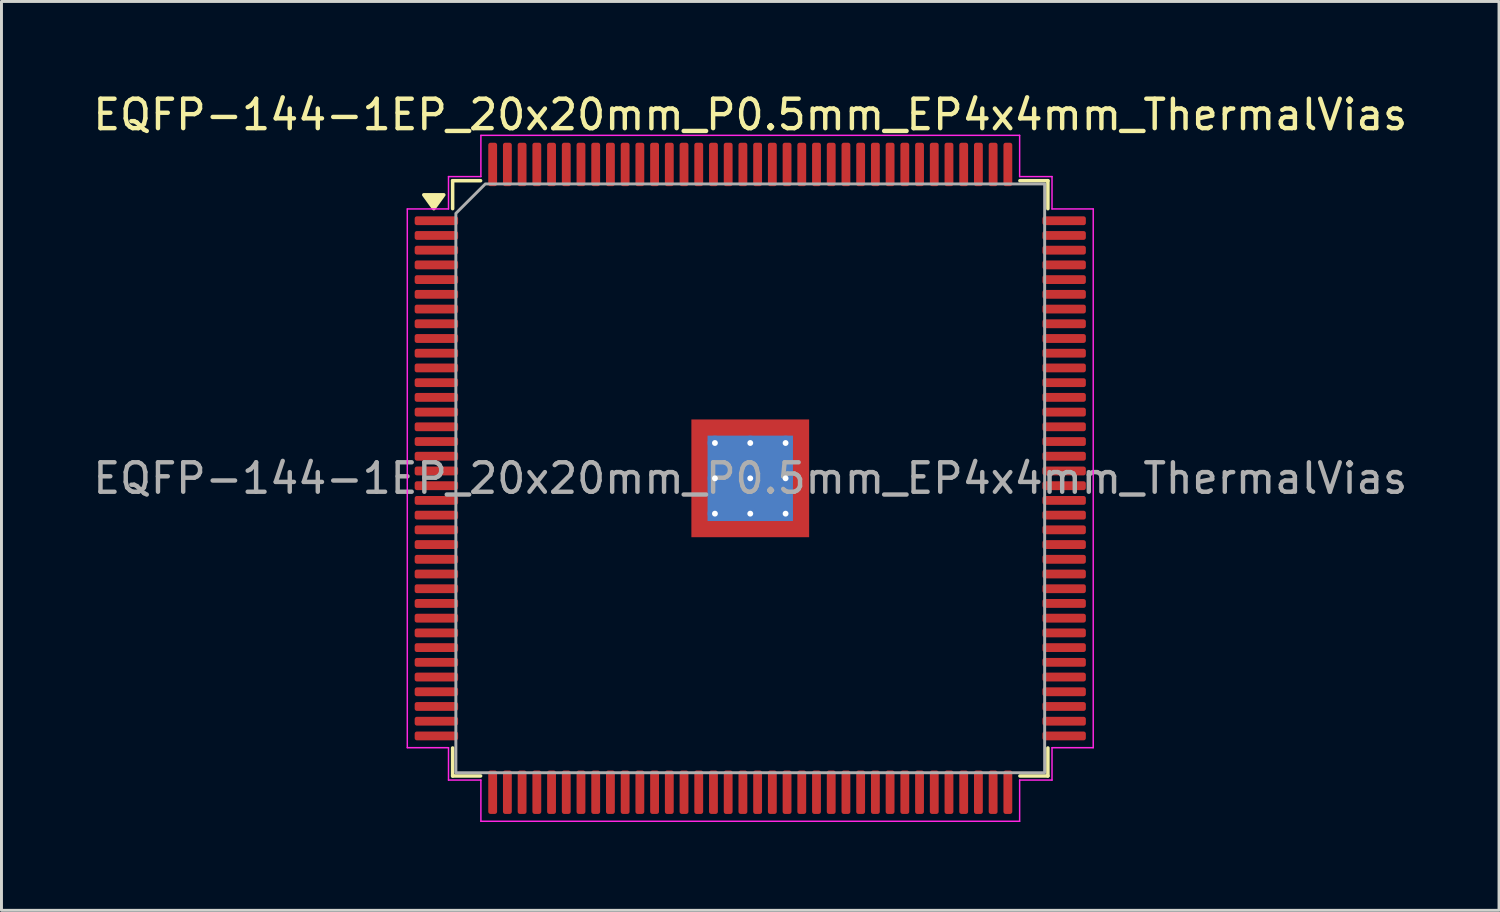
<source format=kicad_pcb>
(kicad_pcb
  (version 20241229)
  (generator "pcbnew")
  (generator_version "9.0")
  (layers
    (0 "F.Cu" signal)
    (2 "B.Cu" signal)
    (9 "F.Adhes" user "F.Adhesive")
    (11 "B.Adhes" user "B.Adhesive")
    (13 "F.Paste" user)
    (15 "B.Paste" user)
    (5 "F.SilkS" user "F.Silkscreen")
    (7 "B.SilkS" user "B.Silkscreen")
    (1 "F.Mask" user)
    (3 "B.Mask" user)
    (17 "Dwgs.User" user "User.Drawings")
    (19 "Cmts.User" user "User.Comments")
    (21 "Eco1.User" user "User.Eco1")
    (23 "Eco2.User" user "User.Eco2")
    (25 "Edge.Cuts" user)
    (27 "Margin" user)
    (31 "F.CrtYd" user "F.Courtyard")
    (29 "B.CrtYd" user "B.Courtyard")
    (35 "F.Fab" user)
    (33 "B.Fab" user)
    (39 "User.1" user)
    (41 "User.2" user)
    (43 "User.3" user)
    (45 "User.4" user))
  (footprint "EQFP-144-1EP_20x20mm_P0.5mm_EP4x4mm_ThermalVias"
    (layer "F.Cu")
    (at 22.435 13.198)
    (property "Reference" "EQFP-144-1EP_20x20mm_P0.5mm_EP4x4mm_ThermalVias" (at 0 -12.35 0) (layer "F.SilkS") (effects (font (size 1 1) (thickness 0.15))))
    (attr smd)
    (fp_line (start -10.11 -10.11) (end -9.16 -10.11) (stroke (width 0.12) (type solid)) (layer "F.SilkS"))
    (fp_line (start -10.11 -9.16) (end -10.11 -10.11) (stroke (width 0.12) (type solid)) (layer "F.SilkS"))
    (fp_line (start -10.11 10.11) (end -10.11 9.16) (stroke (width 0.12) (type solid)) (layer "F.SilkS"))
    (fp_line (start -9.16 10.11) (end -10.11 10.11) (stroke (width 0.12) (type solid)) (layer "F.SilkS"))
    (fp_line (start 9.16 -10.11) (end 10.11 -10.11) (stroke (width 0.12) (type solid)) (layer "F.SilkS"))
    (fp_line (start 10.11 -10.11) (end 10.11 -9.16) (stroke (width 0.12) (type solid)) (layer "F.SilkS"))
    (fp_line (start 10.11 9.16) (end 10.11 10.11) (stroke (width 0.12) (type solid)) (layer "F.SilkS"))
    (fp_line (start 10.11 10.11) (end 9.16 10.11) (stroke (width 0.12) (type solid)) (layer "F.SilkS"))
    (fp_poly (pts (xy -10.75 -9.16) (xy -11.09 -9.63) (xy -10.41 -9.63)) (stroke (width 0.12) (type solid)) (fill yes) (layer "F.SilkS"))
    (fp_line (start -11.65 -9.15) (end -10.25 -9.15) (stroke (width 0.05) (type solid)) (layer "F.CrtYd"))
    (fp_line (start -11.65 9.15) (end -11.65 -9.15) (stroke (width 0.05) (type solid)) (layer "F.CrtYd"))
    (fp_line (start -10.25 -10.25) (end -9.15 -10.25) (stroke (width 0.05) (type solid)) (layer "F.CrtYd"))
    (fp_line (start -10.25 -9.15) (end -10.25 -10.25) (stroke (width 0.05) (type solid)) (layer "F.CrtYd"))
    (fp_line (start -10.25 9.15) (end -11.65 9.15) (stroke (width 0.05) (type solid)) (layer "F.CrtYd"))
    (fp_line (start -10.25 10.25) (end -10.25 9.15) (stroke (width 0.05) (type solid)) (layer "F.CrtYd"))
    (fp_line (start -9.15 -11.65) (end 9.15 -11.65) (stroke (width 0.05) (type solid)) (layer "F.CrtYd"))
    (fp_line (start -9.15 -10.25) (end -9.15 -11.65) (stroke (width 0.05) (type solid)) (layer "F.CrtYd"))
    (fp_line (start -9.15 10.25) (end -10.25 10.25) (stroke (width 0.05) (type solid)) (layer "F.CrtYd"))
    (fp_line (start -9.15 11.65) (end -9.15 10.25) (stroke (width 0.05) (type solid)) (layer "F.CrtYd"))
    (fp_line (start 9.15 -11.65) (end 9.15 -10.25) (stroke (width 0.05) (type solid)) (layer "F.CrtYd"))
    (fp_line (start 9.15 -10.25) (end 10.25 -10.25) (stroke (width 0.05) (type solid)) (layer "F.CrtYd"))
    (fp_line (start 9.15 10.25) (end 9.15 11.65) (stroke (width 0.05) (type solid)) (layer "F.CrtYd"))
    (fp_line (start 9.15 11.65) (end -9.15 11.65) (stroke (width 0.05) (type solid)) (layer "F.CrtYd"))
    (fp_line (start 10.25 -10.25) (end 10.25 -9.15) (stroke (width 0.05) (type solid)) (layer "F.CrtYd"))
    (fp_line (start 10.25 -9.15) (end 11.65 -9.15) (stroke (width 0.05) (type solid)) (layer "F.CrtYd"))
    (fp_line (start 10.25 9.15) (end 10.25 10.25) (stroke (width 0.05) (type solid)) (layer "F.CrtYd"))
    (fp_line (start 10.25 10.25) (end 9.15 10.25) (stroke (width 0.05) (type solid)) (layer "F.CrtYd"))
    (fp_line (start 11.65 -9.15) (end 11.65 9.15) (stroke (width 0.05) (type solid)) (layer "F.CrtYd"))
    (fp_line (start 11.65 9.15) (end 10.25 9.15) (stroke (width 0.05) (type solid)) (layer "F.CrtYd"))
    (fp_poly (pts (xy -10 -9) (xy -10 10) (xy 10 10) (xy 10 -10) (xy -9 -10)) (stroke (width 0.1) (type solid)) (fill no) (layer "F.Fab"))
    (fp_text user "${REFERENCE}" (at 0 0 0) (layer "F.Fab") (effects (font (size 1 1) (thickness 0.15))))
    (pad "" smd roundrect (at -1.33 -1.33) (size 1.07 1.07) (layers "F.Paste") (roundrect_rratio 0.234))
    (pad "" smd roundrect (at -1.33 0) (size 1.07 1.07) (layers "F.Paste") (roundrect_rratio 0.234))
    (pad "" smd roundrect (at -1.33 1.33) (size 1.07 1.07) (layers "F.Paste") (roundrect_rratio 0.234))
    (pad "" smd roundrect (at 0 -1.33) (size 1.07 1.07) (layers "F.Paste") (roundrect_rratio 0.234))
    (pad "" smd roundrect (at 0 0) (size 1.07 1.07) (layers "F.Paste") (roundrect_rratio 0.234))
    (pad "" smd roundrect (at 0 1.33) (size 1.07 1.07) (layers "F.Paste") (roundrect_rratio 0.234))
    (pad "" smd roundrect (at 1.33 -1.33) (size 1.07 1.07) (layers "F.Paste") (roundrect_rratio 0.234))
    (pad "" smd roundrect (at 1.33 0) (size 1.07 1.07) (layers "F.Paste") (roundrect_rratio 0.234))
    (pad "" smd roundrect (at 1.33 1.33) (size 1.07 1.07) (layers "F.Paste") (roundrect_rratio 0.234))
    (pad "1" smd roundrect (at -10.662 -8.75) (size 1.475 0.3) (layers "F.Cu" "F.Mask" "F.Paste") (roundrect_rratio 0.25))
    (pad "2" smd roundrect (at -10.662 -8.25) (size 1.475 0.3) (layers "F.Cu" "F.Mask" "F.Paste") (roundrect_rratio 0.25))
    (pad "3" smd roundrect (at -10.662 -7.75) (size 1.475 0.3) (layers "F.Cu" "F.Mask" "F.Paste") (roundrect_rratio 0.25))
    (pad "4" smd roundrect (at -10.662 -7.25) (size 1.475 0.3) (layers "F.Cu" "F.Mask" "F.Paste") (roundrect_rratio 0.25))
    (pad "5" smd roundrect (at -10.662 -6.75) (size 1.475 0.3) (layers "F.Cu" "F.Mask" "F.Paste") (roundrect_rratio 0.25))
    (pad "6" smd roundrect (at -10.662 -6.25) (size 1.475 0.3) (layers "F.Cu" "F.Mask" "F.Paste") (roundrect_rratio 0.25))
    (pad "7" smd roundrect (at -10.662 -5.75) (size 1.475 0.3) (layers "F.Cu" "F.Mask" "F.Paste") (roundrect_rratio 0.25))
    (pad "8" smd roundrect (at -10.662 -5.25) (size 1.475 0.3) (layers "F.Cu" "F.Mask" "F.Paste") (roundrect_rratio 0.25))
    (pad "9" smd roundrect (at -10.662 -4.75) (size 1.475 0.3) (layers "F.Cu" "F.Mask" "F.Paste") (roundrect_rratio 0.25))
    (pad "10" smd roundrect (at -10.662 -4.25) (size 1.475 0.3) (layers "F.Cu" "F.Mask" "F.Paste") (roundrect_rratio 0.25))
    (pad "11" smd roundrect (at -10.662 -3.75) (size 1.475 0.3) (layers "F.Cu" "F.Mask" "F.Paste") (roundrect_rratio 0.25))
    (pad "12" smd roundrect (at -10.662 -3.25) (size 1.475 0.3) (layers "F.Cu" "F.Mask" "F.Paste") (roundrect_rratio 0.25))
    (pad "13" smd roundrect (at -10.662 -2.75) (size 1.475 0.3) (layers "F.Cu" "F.Mask" "F.Paste") (roundrect_rratio 0.25))
    (pad "14" smd roundrect (at -10.662 -2.25) (size 1.475 0.3) (layers "F.Cu" "F.Mask" "F.Paste") (roundrect_rratio 0.25))
    (pad "15" smd roundrect (at -10.662 -1.75) (size 1.475 0.3) (layers "F.Cu" "F.Mask" "F.Paste") (roundrect_rratio 0.25))
    (pad "16" smd roundrect (at -10.662 -1.25) (size 1.475 0.3) (layers "F.Cu" "F.Mask" "F.Paste") (roundrect_rratio 0.25))
    (pad "17" smd roundrect (at -10.662 -0.75) (size 1.475 0.3) (layers "F.Cu" "F.Mask" "F.Paste") (roundrect_rratio 0.25))
    (pad "18" smd roundrect (at -10.662 -0.25) (size 1.475 0.3) (layers "F.Cu" "F.Mask" "F.Paste") (roundrect_rratio 0.25))
    (pad "19" smd roundrect (at -10.662 0.25) (size 1.475 0.3) (layers "F.Cu" "F.Mask" "F.Paste") (roundrect_rratio 0.25))
    (pad "20" smd roundrect (at -10.662 0.75) (size 1.475 0.3) (layers "F.Cu" "F.Mask" "F.Paste") (roundrect_rratio 0.25))
    (pad "21" smd roundrect (at -10.662 1.25) (size 1.475 0.3) (layers "F.Cu" "F.Mask" "F.Paste") (roundrect_rratio 0.25))
    (pad "22" smd roundrect (at -10.662 1.75) (size 1.475 0.3) (layers "F.Cu" "F.Mask" "F.Paste") (roundrect_rratio 0.25))
    (pad "23" smd roundrect (at -10.662 2.25) (size 1.475 0.3) (layers "F.Cu" "F.Mask" "F.Paste") (roundrect_rratio 0.25))
    (pad "24" smd roundrect (at -10.662 2.75) (size 1.475 0.3) (layers "F.Cu" "F.Mask" "F.Paste") (roundrect_rratio 0.25))
    (pad "25" smd roundrect (at -10.662 3.25) (size 1.475 0.3) (layers "F.Cu" "F.Mask" "F.Paste") (roundrect_rratio 0.25))
    (pad "26" smd roundrect (at -10.662 3.75) (size 1.475 0.3) (layers "F.Cu" "F.Mask" "F.Paste") (roundrect_rratio 0.25))
    (pad "27" smd roundrect (at -10.662 4.25) (size 1.475 0.3) (layers "F.Cu" "F.Mask" "F.Paste") (roundrect_rratio 0.25))
    (pad "28" smd roundrect (at -10.662 4.75) (size 1.475 0.3) (layers "F.Cu" "F.Mask" "F.Paste") (roundrect_rratio 0.25))
    (pad "29" smd roundrect (at -10.662 5.25) (size 1.475 0.3) (layers "F.Cu" "F.Mask" "F.Paste") (roundrect_rratio 0.25))
    (pad "30" smd roundrect (at -10.662 5.75) (size 1.475 0.3) (layers "F.Cu" "F.Mask" "F.Paste") (roundrect_rratio 0.25))
    (pad "31" smd roundrect (at -10.662 6.25) (size 1.475 0.3) (layers "F.Cu" "F.Mask" "F.Paste") (roundrect_rratio 0.25))
    (pad "32" smd roundrect (at -10.662 6.75) (size 1.475 0.3) (layers "F.Cu" "F.Mask" "F.Paste") (roundrect_rratio 0.25))
    (pad "33" smd roundrect (at -10.662 7.25) (size 1.475 0.3) (layers "F.Cu" "F.Mask" "F.Paste") (roundrect_rratio 0.25))
    (pad "34" smd roundrect (at -10.662 7.75) (size 1.475 0.3) (layers "F.Cu" "F.Mask" "F.Paste") (roundrect_rratio 0.25))
    (pad "35" smd roundrect (at -10.662 8.25) (size 1.475 0.3) (layers "F.Cu" "F.Mask" "F.Paste") (roundrect_rratio 0.25))
    (pad "36" smd roundrect (at -10.662 8.75) (size 1.475 0.3) (layers "F.Cu" "F.Mask" "F.Paste") (roundrect_rratio 0.25))
    (pad "37" smd roundrect (at -8.75 10.662) (size 0.3 1.475) (layers "F.Cu" "F.Mask" "F.Paste") (roundrect_rratio 0.25))
    (pad "38" smd roundrect (at -8.25 10.662) (size 0.3 1.475) (layers "F.Cu" "F.Mask" "F.Paste") (roundrect_rratio 0.25))
    (pad "39" smd roundrect (at -7.75 10.662) (size 0.3 1.475) (layers "F.Cu" "F.Mask" "F.Paste") (roundrect_rratio 0.25))
    (pad "40" smd roundrect (at -7.25 10.662) (size 0.3 1.475) (layers "F.Cu" "F.Mask" "F.Paste") (roundrect_rratio 0.25))
    (pad "41" smd roundrect (at -6.75 10.662) (size 0.3 1.475) (layers "F.Cu" "F.Mask" "F.Paste") (roundrect_rratio 0.25))
    (pad "42" smd roundrect (at -6.25 10.662) (size 0.3 1.475) (layers "F.Cu" "F.Mask" "F.Paste") (roundrect_rratio 0.25))
    (pad "43" smd roundrect (at -5.75 10.662) (size 0.3 1.475) (layers "F.Cu" "F.Mask" "F.Paste") (roundrect_rratio 0.25))
    (pad "44" smd roundrect (at -5.25 10.662) (size 0.3 1.475) (layers "F.Cu" "F.Mask" "F.Paste") (roundrect_rratio 0.25))
    (pad "45" smd roundrect (at -4.75 10.662) (size 0.3 1.475) (layers "F.Cu" "F.Mask" "F.Paste") (roundrect_rratio 0.25))
    (pad "46" smd roundrect (at -4.25 10.662) (size 0.3 1.475) (layers "F.Cu" "F.Mask" "F.Paste") (roundrect_rratio 0.25))
    (pad "47" smd roundrect (at -3.75 10.662) (size 0.3 1.475) (layers "F.Cu" "F.Mask" "F.Paste") (roundrect_rratio 0.25))
    (pad "48" smd roundrect (at -3.25 10.662) (size 0.3 1.475) (layers "F.Cu" "F.Mask" "F.Paste") (roundrect_rratio 0.25))
    (pad "49" smd roundrect (at -2.75 10.662) (size 0.3 1.475) (layers "F.Cu" "F.Mask" "F.Paste") (roundrect_rratio 0.25))
    (pad "50" smd roundrect (at -2.25 10.662) (size 0.3 1.475) (layers "F.Cu" "F.Mask" "F.Paste") (roundrect_rratio 0.25))
    (pad "51" smd roundrect (at -1.75 10.662) (size 0.3 1.475) (layers "F.Cu" "F.Mask" "F.Paste") (roundrect_rratio 0.25))
    (pad "52" smd roundrect (at -1.25 10.662) (size 0.3 1.475) (layers "F.Cu" "F.Mask" "F.Paste") (roundrect_rratio 0.25))
    (pad "53" smd roundrect (at -0.75 10.662) (size 0.3 1.475) (layers "F.Cu" "F.Mask" "F.Paste") (roundrect_rratio 0.25))
    (pad "54" smd roundrect (at -0.25 10.662) (size 0.3 1.475) (layers "F.Cu" "F.Mask" "F.Paste") (roundrect_rratio 0.25))
    (pad "55" smd roundrect (at 0.25 10.662) (size 0.3 1.475) (layers "F.Cu" "F.Mask" "F.Paste") (roundrect_rratio 0.25))
    (pad "56" smd roundrect (at 0.75 10.662) (size 0.3 1.475) (layers "F.Cu" "F.Mask" "F.Paste") (roundrect_rratio 0.25))
    (pad "57" smd roundrect (at 1.25 10.662) (size 0.3 1.475) (layers "F.Cu" "F.Mask" "F.Paste") (roundrect_rratio 0.25))
    (pad "58" smd roundrect (at 1.75 10.662) (size 0.3 1.475) (layers "F.Cu" "F.Mask" "F.Paste") (roundrect_rratio 0.25))
    (pad "59" smd roundrect (at 2.25 10.662) (size 0.3 1.475) (layers "F.Cu" "F.Mask" "F.Paste") (roundrect_rratio 0.25))
    (pad "60" smd roundrect (at 2.75 10.662) (size 0.3 1.475) (layers "F.Cu" "F.Mask" "F.Paste") (roundrect_rratio 0.25))
    (pad "61" smd roundrect (at 3.25 10.662) (size 0.3 1.475) (layers "F.Cu" "F.Mask" "F.Paste") (roundrect_rratio 0.25))
    (pad "62" smd roundrect (at 3.75 10.662) (size 0.3 1.475) (layers "F.Cu" "F.Mask" "F.Paste") (roundrect_rratio 0.25))
    (pad "63" smd roundrect (at 4.25 10.662) (size 0.3 1.475) (layers "F.Cu" "F.Mask" "F.Paste") (roundrect_rratio 0.25))
    (pad "64" smd roundrect (at 4.75 10.662) (size 0.3 1.475) (layers "F.Cu" "F.Mask" "F.Paste") (roundrect_rratio 0.25))
    (pad "65" smd roundrect (at 5.25 10.662) (size 0.3 1.475) (layers "F.Cu" "F.Mask" "F.Paste") (roundrect_rratio 0.25))
    (pad "66" smd roundrect (at 5.75 10.662) (size 0.3 1.475) (layers "F.Cu" "F.Mask" "F.Paste") (roundrect_rratio 0.25))
    (pad "67" smd roundrect (at 6.25 10.662) (size 0.3 1.475) (layers "F.Cu" "F.Mask" "F.Paste") (roundrect_rratio 0.25))
    (pad "68" smd roundrect (at 6.75 10.662) (size 0.3 1.475) (layers "F.Cu" "F.Mask" "F.Paste") (roundrect_rratio 0.25))
    (pad "69" smd roundrect (at 7.25 10.662) (size 0.3 1.475) (layers "F.Cu" "F.Mask" "F.Paste") (roundrect_rratio 0.25))
    (pad "70" smd roundrect (at 7.75 10.662) (size 0.3 1.475) (layers "F.Cu" "F.Mask" "F.Paste") (roundrect_rratio 0.25))
    (pad "71" smd roundrect (at 8.25 10.662) (size 0.3 1.475) (layers "F.Cu" "F.Mask" "F.Paste") (roundrect_rratio 0.25))
    (pad "72" smd roundrect (at 8.75 10.662) (size 0.3 1.475) (layers "F.Cu" "F.Mask" "F.Paste") (roundrect_rratio 0.25))
    (pad "73" smd roundrect (at 10.662 8.75) (size 1.475 0.3) (layers "F.Cu" "F.Mask" "F.Paste") (roundrect_rratio 0.25))
    (pad "74" smd roundrect (at 10.662 8.25) (size 1.475 0.3) (layers "F.Cu" "F.Mask" "F.Paste") (roundrect_rratio 0.25))
    (pad "75" smd roundrect (at 10.662 7.75) (size 1.475 0.3) (layers "F.Cu" "F.Mask" "F.Paste") (roundrect_rratio 0.25))
    (pad "76" smd roundrect (at 10.662 7.25) (size 1.475 0.3) (layers "F.Cu" "F.Mask" "F.Paste") (roundrect_rratio 0.25))
    (pad "77" smd roundrect (at 10.662 6.75) (size 1.475 0.3) (layers "F.Cu" "F.Mask" "F.Paste") (roundrect_rratio 0.25))
    (pad "78" smd roundrect (at 10.662 6.25) (size 1.475 0.3) (layers "F.Cu" "F.Mask" "F.Paste") (roundrect_rratio 0.25))
    (pad "79" smd roundrect (at 10.662 5.75) (size 1.475 0.3) (layers "F.Cu" "F.Mask" "F.Paste") (roundrect_rratio 0.25))
    (pad "80" smd roundrect (at 10.662 5.25) (size 1.475 0.3) (layers "F.Cu" "F.Mask" "F.Paste") (roundrect_rratio 0.25))
    (pad "81" smd roundrect (at 10.662 4.75) (size 1.475 0.3) (layers "F.Cu" "F.Mask" "F.Paste") (roundrect_rratio 0.25))
    (pad "82" smd roundrect (at 10.662 4.25) (size 1.475 0.3) (layers "F.Cu" "F.Mask" "F.Paste") (roundrect_rratio 0.25))
    (pad "83" smd roundrect (at 10.662 3.75) (size 1.475 0.3) (layers "F.Cu" "F.Mask" "F.Paste") (roundrect_rratio 0.25))
    (pad "84" smd roundrect (at 10.662 3.25) (size 1.475 0.3) (layers "F.Cu" "F.Mask" "F.Paste") (roundrect_rratio 0.25))
    (pad "85" smd roundrect (at 10.662 2.75) (size 1.475 0.3) (layers "F.Cu" "F.Mask" "F.Paste") (roundrect_rratio 0.25))
    (pad "86" smd roundrect (at 10.662 2.25) (size 1.475 0.3) (layers "F.Cu" "F.Mask" "F.Paste") (roundrect_rratio 0.25))
    (pad "87" smd roundrect (at 10.662 1.75) (size 1.475 0.3) (layers "F.Cu" "F.Mask" "F.Paste") (roundrect_rratio 0.25))
    (pad "88" smd roundrect (at 10.662 1.25) (size 1.475 0.3) (layers "F.Cu" "F.Mask" "F.Paste") (roundrect_rratio 0.25))
    (pad "89" smd roundrect (at 10.662 0.75) (size 1.475 0.3) (layers "F.Cu" "F.Mask" "F.Paste") (roundrect_rratio 0.25))
    (pad "90" smd roundrect (at 10.662 0.25) (size 1.475 0.3) (layers "F.Cu" "F.Mask" "F.Paste") (roundrect_rratio 0.25))
    (pad "91" smd roundrect (at 10.662 -0.25) (size 1.475 0.3) (layers "F.Cu" "F.Mask" "F.Paste") (roundrect_rratio 0.25))
    (pad "92" smd roundrect (at 10.662 -0.75) (size 1.475 0.3) (layers "F.Cu" "F.Mask" "F.Paste") (roundrect_rratio 0.25))
    (pad "93" smd roundrect (at 10.662 -1.25) (size 1.475 0.3) (layers "F.Cu" "F.Mask" "F.Paste") (roundrect_rratio 0.25))
    (pad "94" smd roundrect (at 10.662 -1.75) (size 1.475 0.3) (layers "F.Cu" "F.Mask" "F.Paste") (roundrect_rratio 0.25))
    (pad "95" smd roundrect (at 10.662 -2.25) (size 1.475 0.3) (layers "F.Cu" "F.Mask" "F.Paste") (roundrect_rratio 0.25))
    (pad "96" smd roundrect (at 10.662 -2.75) (size 1.475 0.3) (layers "F.Cu" "F.Mask" "F.Paste") (roundrect_rratio 0.25))
    (pad "97" smd roundrect (at 10.662 -3.25) (size 1.475 0.3) (layers "F.Cu" "F.Mask" "F.Paste") (roundrect_rratio 0.25))
    (pad "98" smd roundrect (at 10.662 -3.75) (size 1.475 0.3) (layers "F.Cu" "F.Mask" "F.Paste") (roundrect_rratio 0.25))
    (pad "99" smd roundrect (at 10.662 -4.25) (size 1.475 0.3) (layers "F.Cu" "F.Mask" "F.Paste") (roundrect_rratio 0.25))
    (pad "100" smd roundrect (at 10.662 -4.75) (size 1.475 0.3) (layers "F.Cu" "F.Mask" "F.Paste") (roundrect_rratio 0.25))
    (pad "101" smd roundrect (at 10.662 -5.25) (size 1.475 0.3) (layers "F.Cu" "F.Mask" "F.Paste") (roundrect_rratio 0.25))
    (pad "102" smd roundrect (at 10.662 -5.75) (size 1.475 0.3) (layers "F.Cu" "F.Mask" "F.Paste") (roundrect_rratio 0.25))
    (pad "103" smd roundrect (at 10.662 -6.25) (size 1.475 0.3) (layers "F.Cu" "F.Mask" "F.Paste") (roundrect_rratio 0.25))
    (pad "104" smd roundrect (at 10.662 -6.75) (size 1.475 0.3) (layers "F.Cu" "F.Mask" "F.Paste") (roundrect_rratio 0.25))
    (pad "105" smd roundrect (at 10.662 -7.25) (size 1.475 0.3) (layers "F.Cu" "F.Mask" "F.Paste") (roundrect_rratio 0.25))
    (pad "106" smd roundrect (at 10.662 -7.75) (size 1.475 0.3) (layers "F.Cu" "F.Mask" "F.Paste") (roundrect_rratio 0.25))
    (pad "107" smd roundrect (at 10.662 -8.25) (size 1.475 0.3) (layers "F.Cu" "F.Mask" "F.Paste") (roundrect_rratio 0.25))
    (pad "108" smd roundrect (at 10.662 -8.75) (size 1.475 0.3) (layers "F.Cu" "F.Mask" "F.Paste") (roundrect_rratio 0.25))
    (pad "109" smd roundrect (at 8.75 -10.662) (size 0.3 1.475) (layers "F.Cu" "F.Mask" "F.Paste") (roundrect_rratio 0.25))
    (pad "110" smd roundrect (at 8.25 -10.662) (size 0.3 1.475) (layers "F.Cu" "F.Mask" "F.Paste") (roundrect_rratio 0.25))
    (pad "111" smd roundrect (at 7.75 -10.662) (size 0.3 1.475) (layers "F.Cu" "F.Mask" "F.Paste") (roundrect_rratio 0.25))
    (pad "112" smd roundrect (at 7.25 -10.662) (size 0.3 1.475) (layers "F.Cu" "F.Mask" "F.Paste") (roundrect_rratio 0.25))
    (pad "113" smd roundrect (at 6.75 -10.662) (size 0.3 1.475) (layers "F.Cu" "F.Mask" "F.Paste") (roundrect_rratio 0.25))
    (pad "114" smd roundrect (at 6.25 -10.662) (size 0.3 1.475) (layers "F.Cu" "F.Mask" "F.Paste") (roundrect_rratio 0.25))
    (pad "115" smd roundrect (at 5.75 -10.662) (size 0.3 1.475) (layers "F.Cu" "F.Mask" "F.Paste") (roundrect_rratio 0.25))
    (pad "116" smd roundrect (at 5.25 -10.662) (size 0.3 1.475) (layers "F.Cu" "F.Mask" "F.Paste") (roundrect_rratio 0.25))
    (pad "117" smd roundrect (at 4.75 -10.662) (size 0.3 1.475) (layers "F.Cu" "F.Mask" "F.Paste") (roundrect_rratio 0.25))
    (pad "118" smd roundrect (at 4.25 -10.662) (size 0.3 1.475) (layers "F.Cu" "F.Mask" "F.Paste") (roundrect_rratio 0.25))
    (pad "119" smd roundrect (at 3.75 -10.662) (size 0.3 1.475) (layers "F.Cu" "F.Mask" "F.Paste") (roundrect_rratio 0.25))
    (pad "120" smd roundrect (at 3.25 -10.662) (size 0.3 1.475) (layers "F.Cu" "F.Mask" "F.Paste") (roundrect_rratio 0.25))
    (pad "121" smd roundrect (at 2.75 -10.662) (size 0.3 1.475) (layers "F.Cu" "F.Mask" "F.Paste") (roundrect_rratio 0.25))
    (pad "122" smd roundrect (at 2.25 -10.662) (size 0.3 1.475) (layers "F.Cu" "F.Mask" "F.Paste") (roundrect_rratio 0.25))
    (pad "123" smd roundrect (at 1.75 -10.662) (size 0.3 1.475) (layers "F.Cu" "F.Mask" "F.Paste") (roundrect_rratio 0.25))
    (pad "124" smd roundrect (at 1.25 -10.662) (size 0.3 1.475) (layers "F.Cu" "F.Mask" "F.Paste") (roundrect_rratio 0.25))
    (pad "125" smd roundrect (at 0.75 -10.662) (size 0.3 1.475) (layers "F.Cu" "F.Mask" "F.Paste") (roundrect_rratio 0.25))
    (pad "126" smd roundrect (at 0.25 -10.662) (size 0.3 1.475) (layers "F.Cu" "F.Mask" "F.Paste") (roundrect_rratio 0.25))
    (pad "127" smd roundrect (at -0.25 -10.662) (size 0.3 1.475) (layers "F.Cu" "F.Mask" "F.Paste") (roundrect_rratio 0.25))
    (pad "128" smd roundrect (at -0.75 -10.662) (size 0.3 1.475) (layers "F.Cu" "F.Mask" "F.Paste") (roundrect_rratio 0.25))
    (pad "129" smd roundrect (at -1.25 -10.662) (size 0.3 1.475) (layers "F.Cu" "F.Mask" "F.Paste") (roundrect_rratio 0.25))
    (pad "130" smd roundrect (at -1.75 -10.662) (size 0.3 1.475) (layers "F.Cu" "F.Mask" "F.Paste") (roundrect_rratio 0.25))
    (pad "131" smd roundrect (at -2.25 -10.662) (size 0.3 1.475) (layers "F.Cu" "F.Mask" "F.Paste") (roundrect_rratio 0.25))
    (pad "132" smd roundrect (at -2.75 -10.662) (size 0.3 1.475) (layers "F.Cu" "F.Mask" "F.Paste") (roundrect_rratio 0.25))
    (pad "133" smd roundrect (at -3.25 -10.662) (size 0.3 1.475) (layers "F.Cu" "F.Mask" "F.Paste") (roundrect_rratio 0.25))
    (pad "134" smd roundrect (at -3.75 -10.662) (size 0.3 1.475) (layers "F.Cu" "F.Mask" "F.Paste") (roundrect_rratio 0.25))
    (pad "135" smd roundrect (at -4.25 -10.662) (size 0.3 1.475) (layers "F.Cu" "F.Mask" "F.Paste") (roundrect_rratio 0.25))
    (pad "136" smd roundrect (at -4.75 -10.662) (size 0.3 1.475) (layers "F.Cu" "F.Mask" "F.Paste") (roundrect_rratio 0.25))
    (pad "137" smd roundrect (at -5.25 -10.662) (size 0.3 1.475) (layers "F.Cu" "F.Mask" "F.Paste") (roundrect_rratio 0.25))
    (pad "138" smd roundrect (at -5.75 -10.662) (size 0.3 1.475) (layers "F.Cu" "F.Mask" "F.Paste") (roundrect_rratio 0.25))
    (pad "139" smd roundrect (at -6.25 -10.662) (size 0.3 1.475) (layers "F.Cu" "F.Mask" "F.Paste") (roundrect_rratio 0.25))
    (pad "140" smd roundrect (at -6.75 -10.662) (size 0.3 1.475) (layers "F.Cu" "F.Mask" "F.Paste") (roundrect_rratio 0.25))
    (pad "141" smd roundrect (at -7.25 -10.662) (size 0.3 1.475) (layers "F.Cu" "F.Mask" "F.Paste") (roundrect_rratio 0.25))
    (pad "142" smd roundrect (at -7.75 -10.662) (size 0.3 1.475) (layers "F.Cu" "F.Mask" "F.Paste") (roundrect_rratio 0.25))
    (pad "143" smd roundrect (at -8.25 -10.662) (size 0.3 1.475) (layers "F.Cu" "F.Mask" "F.Paste") (roundrect_rratio 0.25))
    (pad "144" smd roundrect (at -8.75 -10.662) (size 0.3 1.475) (layers "F.Cu" "F.Mask" "F.Paste") (roundrect_rratio 0.25))
    (pad "145" thru_hole circle (at -1.2 -1.2) (size 0.5 0.5) (drill 0.2) (property pad_prop_heatsink) (layers "*.Cu"))
    (pad "145" thru_hole circle (at -1.2 0) (size 0.5 0.5) (drill 0.2) (property pad_prop_heatsink) (layers "*.Cu"))
    (pad "145" thru_hole circle (at -1.2 1.2) (size 0.5 0.5) (drill 0.2) (property pad_prop_heatsink) (layers "*.Cu"))
    (pad "145" thru_hole circle (at 0 -1.2) (size 0.5 0.5) (drill 0.2) (property pad_prop_heatsink) (layers "*.Cu"))
    (pad "145" thru_hole circle (at 0 0) (size 0.5 0.5) (drill 0.2) (property pad_prop_heatsink) (layers "*.Cu"))
    (pad "145" smd rect (at 0 0) (size 2.9 2.9) (property pad_prop_heatsink) (layers "B.Cu"))
    (pad "145" smd rect (at 0 0) (size 4 4) (property pad_prop_heatsink) (layers "F.Cu" "F.Mask"))
    (pad "145" thru_hole circle (at 0 1.2) (size 0.5 0.5) (drill 0.2) (property pad_prop_heatsink) (layers "*.Cu"))
    (pad "145" thru_hole circle (at 1.2 -1.2) (size 0.5 0.5) (drill 0.2) (property pad_prop_heatsink) (layers "*.Cu"))
    (pad "145" thru_hole circle (at 1.2 0) (size 0.5 0.5) (drill 0.2) (property pad_prop_heatsink) (layers "*.Cu"))
    (pad "145" thru_hole circle (at 1.2 1.2) (size 0.5 0.5) (drill 0.2) (property pad_prop_heatsink) (layers "*.Cu")))
  (gr_rect
    (start -3 -3)
    (end 47.869 27.873)
    (stroke (width 0.1) (type default))
    (fill no)
    (layer "Edge.Cuts")))
</source>
